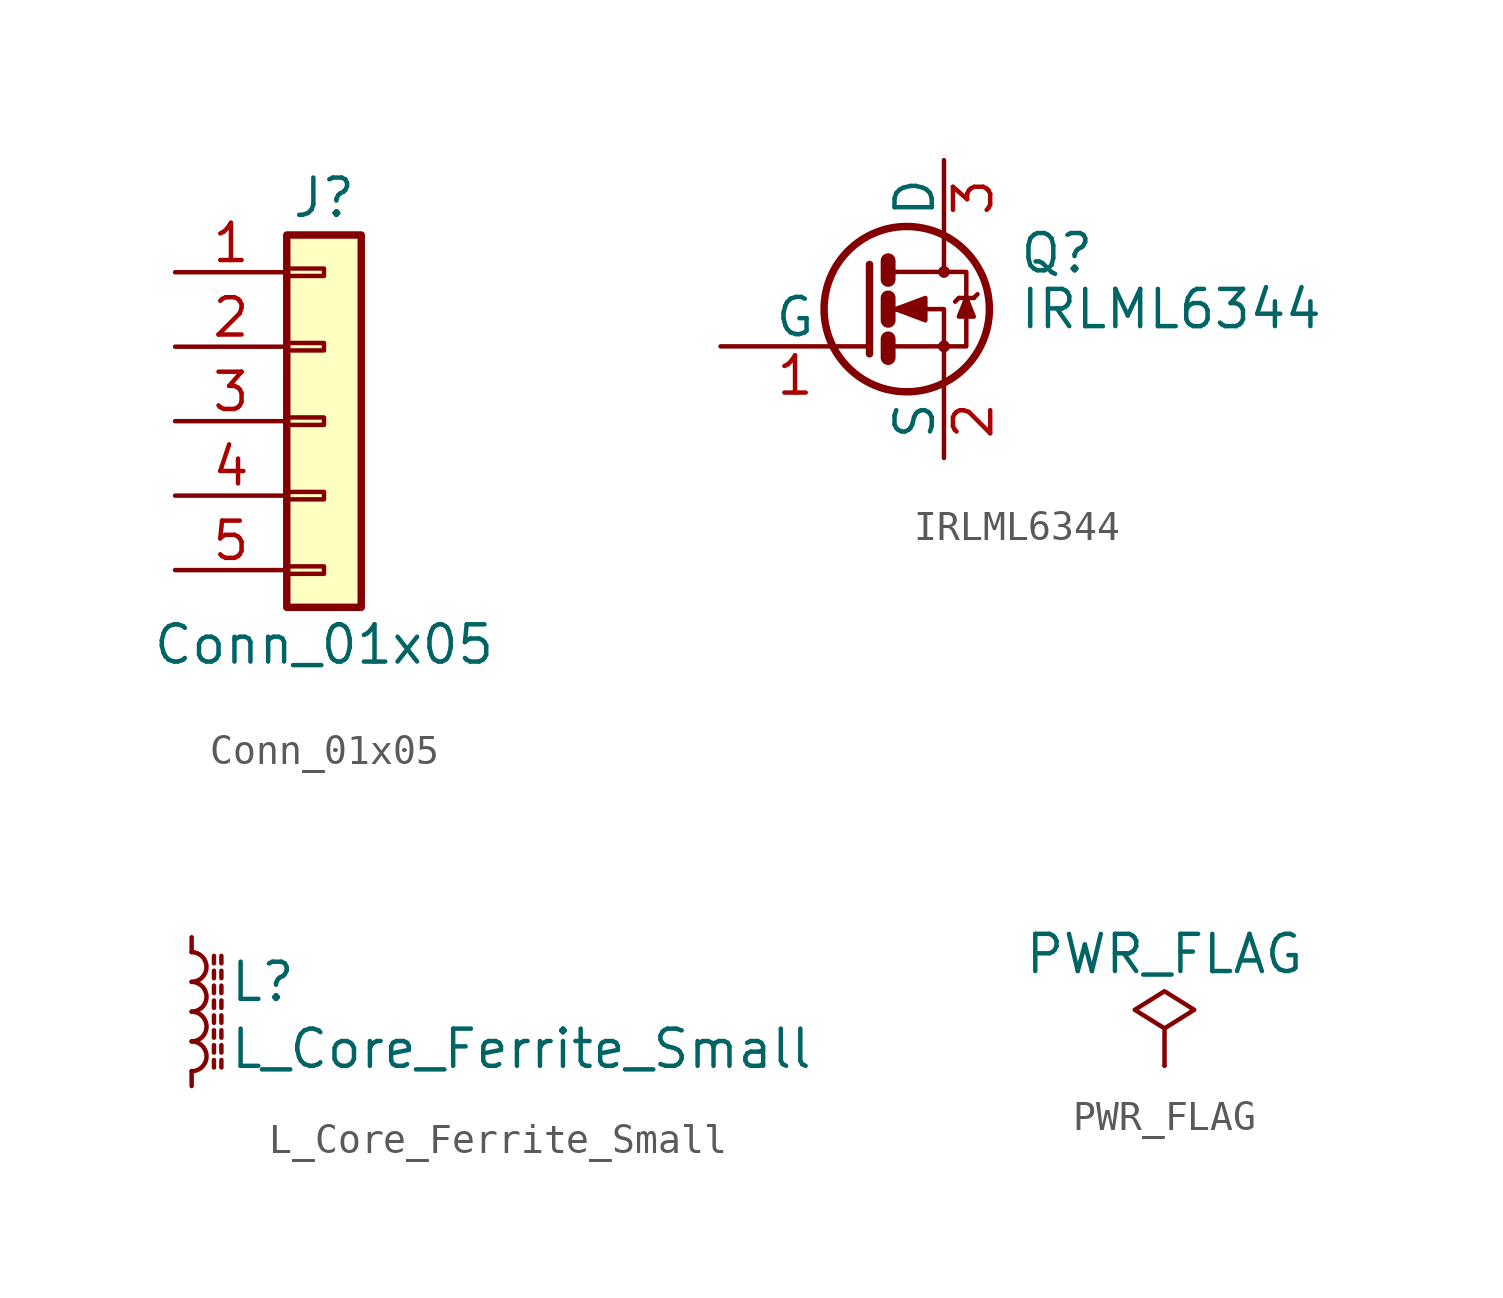
<source format=kicad_sym>
(kicad_symbol_lib
  (version 20220914)
  (generator kicad_symbol_editor)
  (symbol "Conn_01x05"
    (pin_names
      (offset 1.016) hide)
    (property "Reference" "J"
      (at 0 7.62 0)
      (effects (font (size 1.27 1.27))))
    (property "Value" "Conn_01x05"
      (at 0 -7.62 0)
      (effects (font (size 1.27 1.27))))
    (symbol "Conn_01x05_1_1"
      (rectangle (start -1.27 -4.953) (end 0 -5.207) (stroke (width 0.152) (type solid)) (fill (type none)))
      (rectangle (start -1.27 -2.413) (end 0 -2.667) (stroke (width 0.152) (type solid)) (fill (type none)))
      (rectangle (start -1.27 0.127) (end 0 -0.127) (stroke (width 0.152) (type solid)) (fill (type none)))
      (rectangle (start -1.27 2.667) (end 0 2.413) (stroke (width 0.152) (type solid)) (fill (type none)))
      (rectangle (start -1.27 5.207) (end 0 4.953) (stroke (width 0.152) (type solid)) (fill (type none)))
      (rectangle (start -1.27 6.35) (end 1.27 -6.35) (stroke (width 0.254) (type solid)) (fill (type background)))
      (pin passive line (at -5.08 5.08 0) (length 3.81) (name "Pin_1" (effects (font (size 1.27 1.27)))) (number "1" (effects (font (size 1.27 1.27)))))
      (pin passive line (at -5.08 2.54 0) (length 3.81) (name "Pin_2" (effects (font (size 1.27 1.27)))) (number "2" (effects (font (size 1.27 1.27)))))
      (pin passive line (at -5.08 0 0) (length 3.81) (name "Pin_3" (effects (font (size 1.27 1.27)))) (number "3" (effects (font (size 1.27 1.27)))))
      (pin passive line (at -5.08 -2.54 0) (length 3.81) (name "Pin_4" (effects (font (size 1.27 1.27)))) (number "4" (effects (font (size 1.27 1.27)))))
      (pin passive line (at -5.08 -5.08 0) (length 3.81) (name "Pin_5" (effects (font (size 1.27 1.27)))) (number "5" (effects (font (size 1.27 1.27)))))))
  (symbol "IRLML6344"
    (pin_names
      (offset 0))
    (property "Reference" "Q"
      (at 5.08 1.905 0)
      (effects (font (size 1.27 1.27)) (justify left)))
    (property "Value" "IRLML6344"
      (at 5.08 0 0)
      (effects (font (size 1.27 1.27)) (justify left)))
    (property "Datasheet" ""
      (at 0 0 0)
      (effects (font (size 1.27 1.27)) (justify left)))
    (symbol "IRLML6344_0_1"
      (polyline (pts (xy 0.635 -1.016) (xy 0.635 -1.651)) (stroke (width 0.508) (type solid)) (fill (type none)))
      (polyline (pts (xy 0.635 0.381) (xy 0.635 -0.381)) (stroke (width 0.508) (type solid)) (fill (type none)))
      (polyline (pts (xy 0.635 1.651) (xy 0.635 1.016)) (stroke (width 0.508) (type solid)) (fill (type none)))
      (polyline (pts (xy 3.048 0.381) (xy 2.921 0.254)) (stroke (width 0) (type solid)) (fill (type none)))
      (polyline (pts (xy 3.048 0.381) (xy 3.556 0.381)) (stroke (width 0) (type solid)) (fill (type none)))
      (polyline (pts (xy 3.556 0.381) (xy 3.683 0.508)) (stroke (width 0) (type solid)) (fill (type none)))
      (polyline (pts (xy 0 1.524) (xy 0 -1.524) (xy 0 -1.524)) (stroke (width 0.254) (type solid)) (fill (type none)))
      (polyline (pts (xy 0.762 -1.27) (xy 2.54 -1.27) (xy 2.54 -2.54) (xy 2.54 -2.54)) (stroke (width 0) (type solid)) (fill (type none)))
      (polyline (pts (xy 0.762 1.27) (xy 2.54 1.27) (xy 2.54 2.54) (xy 2.54 2.54)) (stroke (width 0) (type solid)) (fill (type none)))
      (polyline (pts (xy 2.54 1.27) (xy 3.302 1.27) (xy 3.302 -1.27) (xy 2.54 -1.27)) (stroke (width 0) (type solid)) (fill (type none)))
      (polyline (pts (xy 3.302 0.381) (xy 3.048 -0.254) (xy 3.556 -0.254) (xy 3.302 0.381)) (stroke (width 0) (type solid)) (fill (type outline)))
      (polyline (pts (xy 0.762 0) (xy 1.27 0) (xy 2.54 0) (xy 2.54 -1.27) (xy 2.54 -1.27)) (stroke (width 0) (type solid)) (fill (type none)))
      (polyline (pts (xy 0.889 0) (xy 1.905 0.381) (xy 1.905 -0.381) (xy 0.889 0) (xy 1.016 0) (xy 1.016 0)) (stroke (width 0) (type solid)) (fill (type outline)))
      (circle (center 1.27 0) (radius 2.819) (stroke (width 0.254) (type solid)) (fill (type none)))
      (circle (center 2.54 -1.27) (radius 0.127) (stroke (width 0) (type solid)) (fill (type none)))
      (circle (center 2.54 1.27) (radius 0.127) (stroke (width 0) (type solid)) (fill (type none))))
    (symbol "IRLML6344_1_1"
      (pin passive line (at -5.08 -1.27 0) (length 5.08) (name "G" (effects (font (size 1.27 1.27)))) (number "1" (effects (font (size 1.27 1.27)))))
      (pin passive line (at 2.54 -5.08 90) (length 2.54) (name "S" (effects (font (size 1.27 1.27)))) (number "2" (effects (font (size 1.27 1.27)))))
      (pin passive line (at 2.54 5.08 270) (length 2.54) (name "D" (effects (font (size 1.27 1.27)))) (number "3" (effects (font (size 1.27 1.27)))))))
  (symbol "L_Core_Ferrite_Small"
    (pin_numbers hide)
    (pin_names
      (offset 0.254) hide)
    (property "Reference" "L"
      (at 1.27 1.016 0)
      (effects (font (size 1.27 1.27)) (justify left)))
    (property "Value" "L_Core_Ferrite_Small"
      (at 1.27 -1.27 0)
      (effects (font (size 1.27 1.27)) (justify left)))
    (symbol "L_Core_Ferrite_Small_0_1"
      (arc (start 0 -2.032) (mid 0.5058 -1.524) (end 0 -1.016) (stroke (width 0) (type solid)) (fill (type none)))
      (arc (start 0 -1.016) (mid 0.5058 -0.508) (end 0 0) (stroke (width 0) (type solid)) (fill (type none)))
      (polyline (pts (xy 0.762 -1.905) (xy 0.762 -1.651)) (stroke (width 0) (type solid)) (fill (type none)))
      (polyline (pts (xy 0.762 -1.397) (xy 0.762 -1.143)) (stroke (width 0) (type solid)) (fill (type none)))
      (polyline (pts (xy 0.762 -0.889) (xy 0.762 -0.635)) (stroke (width 0) (type solid)) (fill (type none)))
      (polyline (pts (xy 0.762 -0.381) (xy 0.762 -0.127)) (stroke (width 0) (type solid)) (fill (type none)))
      (polyline (pts (xy 0.762 0.127) (xy 0.762 0.381)) (stroke (width 0) (type solid)) (fill (type none)))
      (polyline (pts (xy 0.762 0.635) (xy 0.762 0.889)) (stroke (width 0) (type solid)) (fill (type none)))
      (polyline (pts (xy 0.762 1.143) (xy 0.762 1.397)) (stroke (width 0) (type solid)) (fill (type none)))
      (polyline (pts (xy 0.762 1.651) (xy 0.762 1.905)) (stroke (width 0) (type solid)) (fill (type none)))
      (polyline (pts (xy 1.016 -1.651) (xy 1.016 -1.905)) (stroke (width 0) (type solid)) (fill (type none)))
      (polyline (pts (xy 1.016 -1.143) (xy 1.016 -1.397)) (stroke (width 0) (type solid)) (fill (type none)))
      (polyline (pts (xy 1.016 -0.635) (xy 1.016 -0.889)) (stroke (width 0) (type solid)) (fill (type none)))
      (polyline (pts (xy 1.016 -0.127) (xy 1.016 -0.381)) (stroke (width 0) (type solid)) (fill (type none)))
      (polyline (pts (xy 1.016 0.381) (xy 1.016 0.127)) (stroke (width 0) (type solid)) (fill (type none)))
      (polyline (pts (xy 1.016 0.889) (xy 1.016 0.635)) (stroke (width 0) (type solid)) (fill (type none)))
      (polyline (pts (xy 1.016 1.397) (xy 1.016 1.143)) (stroke (width 0) (type solid)) (fill (type none)))
      (polyline (pts (xy 1.016 1.905) (xy 1.016 1.651)) (stroke (width 0) (type solid)) (fill (type none)))
      (arc (start 0 0) (mid 0.5058 0.508) (end 0 1.016) (stroke (width 0) (type solid)) (fill (type none)))
      (arc (start 0 1.016) (mid 0.5058 1.524) (end 0 2.032) (stroke (width 0) (type solid)) (fill (type none))))
    (symbol "L_Core_Ferrite_Small_1_1"
      (pin passive line (at 0 2.54 270) (length 0.508) (name "~" (effects (font (size 1.27 1.27)))) (number "1" (effects (font (size 1.27 1.27)))))
      (pin passive line (at 0 -2.54 90) (length 0.508) (name "~" (effects (font (size 1.27 1.27)))) (number "2" (effects (font (size 1.27 1.27)))))))
  (symbol "PWR_FLAG"
    (power)
    (pin_numbers hide)
    (pin_names
      (offset 0) hide)
    (property "Reference" "#FLG"
      (at 0 1.905 0)
      (effects (font (size 1.27 1.27)) hide))
    (property "Value" "PWR_FLAG"
      (at 0 3.81 0)
      (effects (font (size 1.27 1.27))))
    (symbol "PWR_FLAG_0_0"
      (pin power_out line (at 0 0 90) (length 0) (name "pwr" (effects (font (size 1.27 1.27)))) (number "1" (effects (font (size 1.27 1.27))))))
    (symbol "PWR_FLAG_0_1"
      (polyline (pts (xy 0 0) (xy 0 1.27) (xy -1.016 1.905) (xy 0 2.54) (xy 1.016 1.905) (xy 0 1.27)) (stroke (width 0) (type solid)) (fill (type none))))))
</source>
